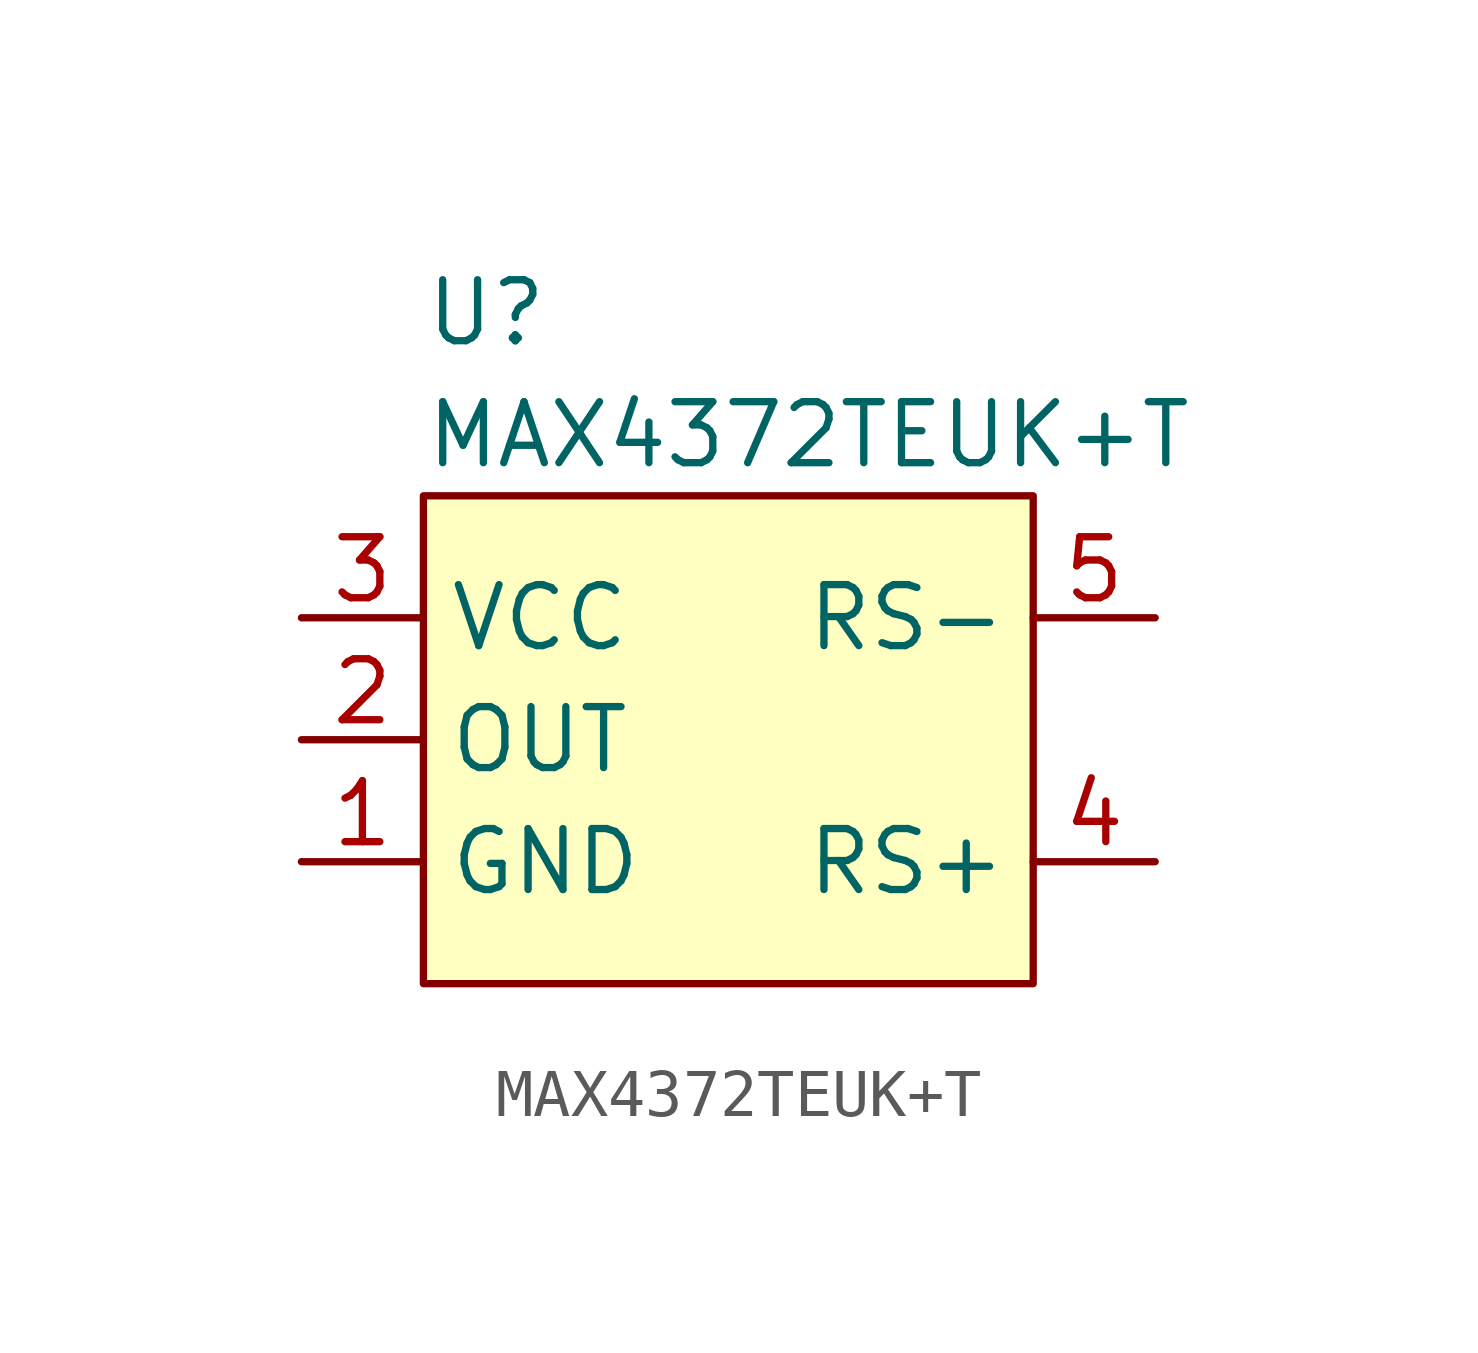
<source format=kicad_sym>
(kicad_symbol_lib
  (version 20211014)
  (generator kicad_symbol_editor)
  (symbol "MAX4372TEUK+T"
    (property "Reference" "U"
      (at -6.35 8.89 0)
      (effects (font (size 1.27 1.27)) (justify left)))
    (property "Value" "MAX4372TEUK+T"
      (at -6.35 6.35 0)
      (effects (font (size 1.27 1.27)) (justify left)))
    (symbol "MAX4372TEUK+T_0_1"
      (rectangle (start -6.35 5.08) (end 6.35 -5.08) (stroke (width 0) (type default) (color 0 0 0 0)) (fill (type background))))
    (symbol "MAX4372TEUK+T_1_1"
      (pin input line (at -8.89 -2.54 0) (length 2.54) (name "GND" (effects (font (size 1.27 1.27)))) (number "1" (effects (font (size 1.27 1.27)))))
      (pin input line (at -8.89 0 0) (length 2.54) (name "OUT" (effects (font (size 1.27 1.27)))) (number "2" (effects (font (size 1.27 1.27)))))
      (pin input line (at -8.89 2.54 0) (length 2.54) (name "VCC" (effects (font (size 1.27 1.27)))) (number "3" (effects (font (size 1.27 1.27)))))
      (pin input line (at 8.89 -2.54 180) (length 2.54) (name "RS+" (effects (font (size 1.27 1.27)))) (number "4" (effects (font (size 1.27 1.27)))))
      (pin input line (at 8.89 2.54 180) (length 2.54) (name "RS-" (effects (font (size 1.27 1.27)))) (number "5" (effects (font (size 1.27 1.27))))))))
</source>
